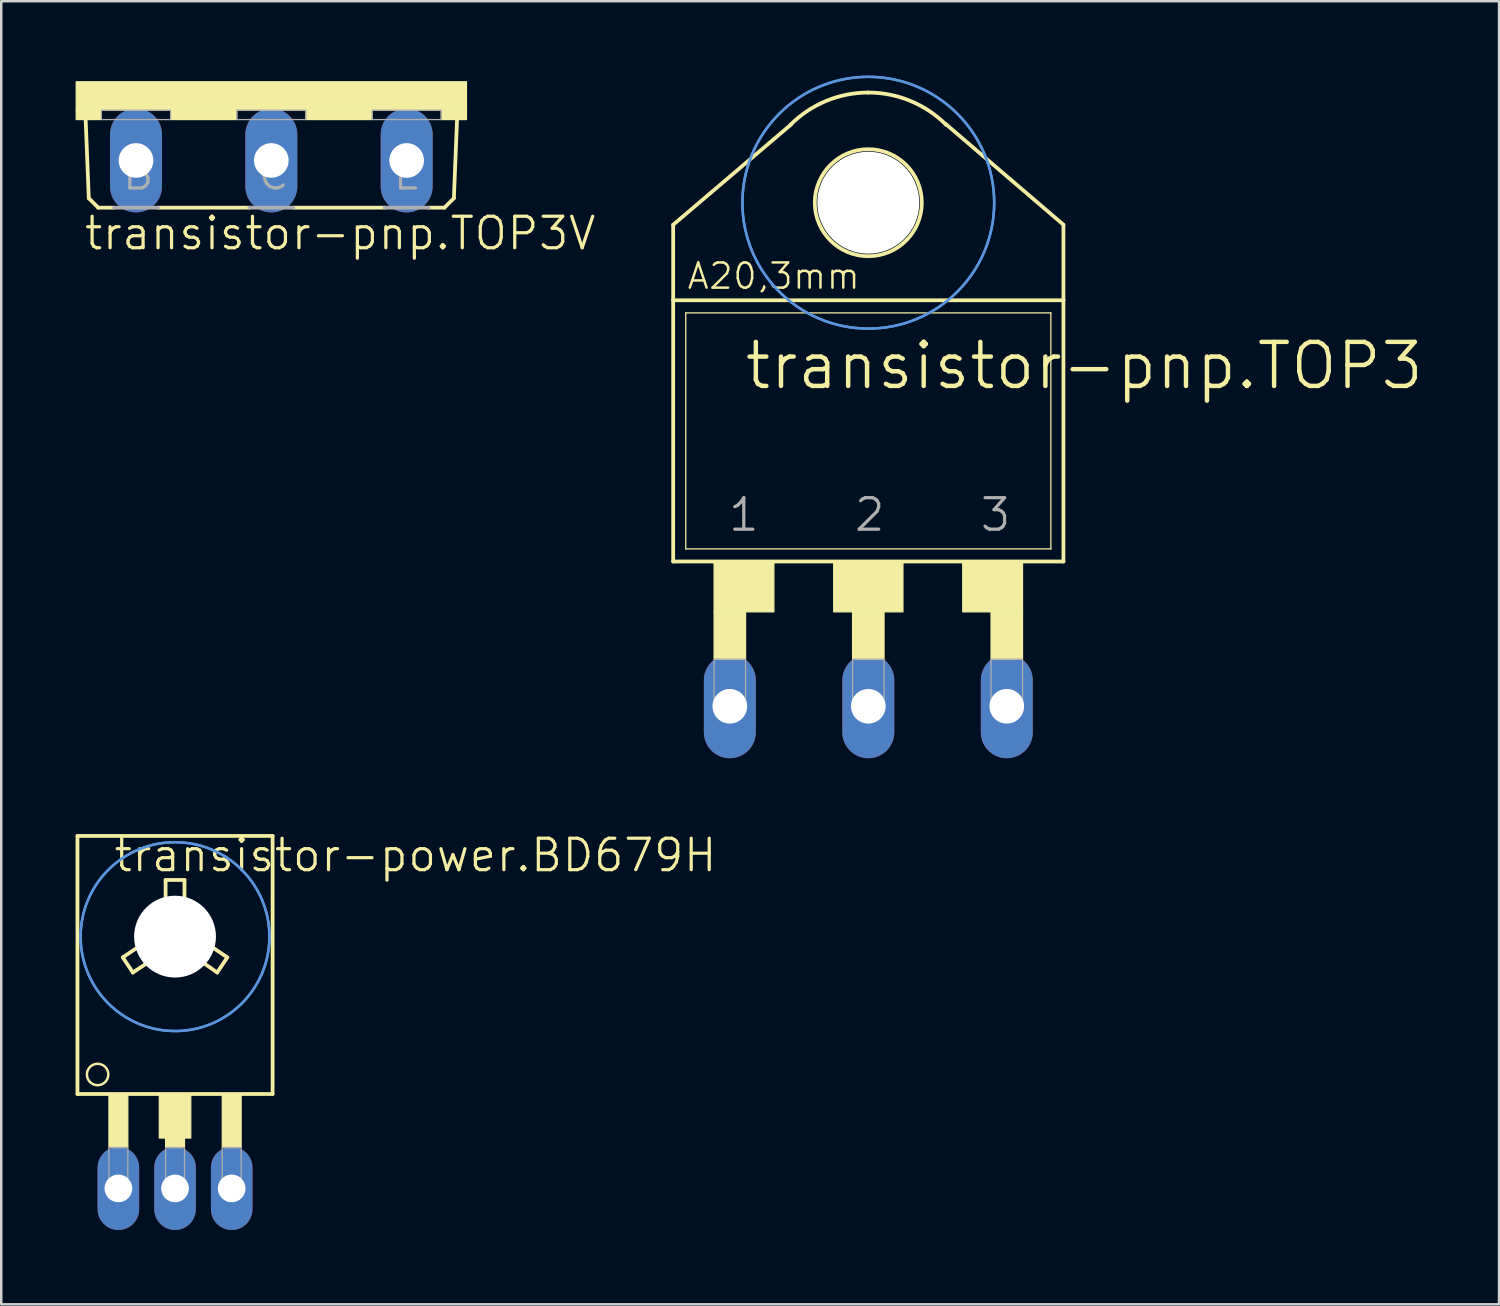
<source format=kicad_pcb>
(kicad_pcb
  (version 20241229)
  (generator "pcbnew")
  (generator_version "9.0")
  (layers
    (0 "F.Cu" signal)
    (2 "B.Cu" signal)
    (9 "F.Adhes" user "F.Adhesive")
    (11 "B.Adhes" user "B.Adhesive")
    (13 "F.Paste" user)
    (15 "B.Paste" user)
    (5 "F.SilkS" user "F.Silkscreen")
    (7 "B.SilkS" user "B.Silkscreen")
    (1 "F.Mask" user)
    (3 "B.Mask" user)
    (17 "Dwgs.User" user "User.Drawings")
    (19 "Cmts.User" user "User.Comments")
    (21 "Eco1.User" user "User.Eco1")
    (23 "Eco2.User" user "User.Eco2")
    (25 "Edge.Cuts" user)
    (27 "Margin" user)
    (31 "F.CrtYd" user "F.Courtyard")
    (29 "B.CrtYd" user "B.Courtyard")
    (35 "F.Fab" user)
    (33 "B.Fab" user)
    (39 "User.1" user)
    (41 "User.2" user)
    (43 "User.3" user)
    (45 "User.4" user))
  (footprint "transistor-pnp.TOP3"
    (layer "F.Cu")
    (at 31.988 17.83)
    (property "Reference" "transistor-pnp.TOP3" (at -5.08 -5.08 0) (layer "F.SilkS") (effects (font (size 1.778 1.778) (thickness 0.18)) (justify left bottom)))
    (attr through_hole)
    (fp_line (start -7.874 -11.811) (end -3.124 -15.85) (stroke (width 0.152) (type default)) (layer "F.SilkS"))
    (fp_line (start -7.874 -8.763) (end -7.874 -11.811) (stroke (width 0.152) (type default)) (layer "F.SilkS"))
    (fp_line (start -7.874 1.778) (end -7.874 -8.763) (stroke (width 0.152) (type default)) (layer "F.SilkS"))
    (fp_line (start -7.874 1.778) (end 7.874 1.778) (stroke (width 0.152) (type default)) (layer "F.SilkS"))
    (fp_line (start -7.366 1.27) (end -7.366 -8.255) (stroke (width 0.051) (type default)) (layer "F.SilkS"))
    (fp_line (start -7.366 1.27) (end 7.366 1.27) (stroke (width 0.051) (type default)) (layer "F.SilkS"))
    (fp_line (start 7.366 -8.255) (end -7.366 -8.255) (stroke (width 0.051) (type default)) (layer "F.SilkS"))
    (fp_line (start 7.366 -8.255) (end 7.366 1.27) (stroke (width 0.051) (type default)) (layer "F.SilkS"))
    (fp_line (start 7.874 -11.811) (end 3.124 -15.875) (stroke (width 0.152) (type default)) (layer "F.SilkS"))
    (fp_line (start 7.874 -8.763) (end -7.874 -8.763) (stroke (width 0.152) (type default)) (layer "F.SilkS"))
    (fp_line (start 7.874 -8.763) (end 7.874 -11.811) (stroke (width 0.152) (type default)) (layer "F.SilkS"))
    (fp_line (start 7.874 -8.763) (end 7.874 1.778) (stroke (width 0.152) (type default)) (layer "F.SilkS"))
    (fp_rect (start -6.223 3.81) (end -3.81 1.778) (stroke (width 0.05) (type default)) (fill yes) (layer "F.SilkS"))
    (fp_rect (start -6.223 5.715) (end -4.953 3.81) (stroke (width 0.05) (type default)) (fill yes) (layer "F.SilkS"))
    (fp_rect (start -1.397 3.81) (end 1.397 1.778) (stroke (width 0.05) (type default)) (fill yes) (layer "F.SilkS"))
    (fp_rect (start -0.635 5.715) (end 0.635 3.81) (stroke (width 0.05) (type default)) (fill yes) (layer "F.SilkS"))
    (fp_rect (start 3.81 3.81) (end 6.223 1.778) (stroke (width 0.05) (type default)) (fill yes) (layer "F.SilkS"))
    (fp_rect (start 4.953 5.715) (end 6.223 3.81) (stroke (width 0.05) (type default)) (fill yes) (layer "F.SilkS"))
    (fp_arc (start -3.1431 -15.8431) (mid -1.701032 -16.806651) (end 0 -17.145) (stroke (width 0.1524) (type default)) (layer "F.SilkS"))
    (fp_arc (start 0 -17.145) (mid 1.701032 -16.806651) (end 3.1431 -15.8431) (stroke (width 0.1524) (type default)) (layer "F.SilkS"))
    (fp_circle (center 0 -12.7) (end 2.159 -12.7) (stroke (width 0.152) (type default)) (fill no) (layer "F.SilkS"))
    (fp_circle (center 0 -12.7) (end 5.08 -12.7) (stroke (width 0.1) (type default)) (fill no) (layer "Cmts.User"))
    (fp_circle (center 0 -12.7) (end 5.08 -12.7) (stroke (width 0.1) (type default)) (fill no) (layer "Cmts.User"))
    (fp_rect (start -6.223 7.62) (end -4.953 5.715) (stroke (width 0.05) (type default)) (fill no) (layer "F.Fab"))
    (fp_rect (start -0.635 7.62) (end 0.635 5.715) (stroke (width 0.05) (type default)) (fill no) (layer "F.Fab"))
    (fp_rect (start 4.953 7.62) (end 6.223 5.715) (stroke (width 0.05) (type default)) (fill no) (layer "F.Fab"))
    (fp_text user "A20,3mm" (at -7.366 -9.144 0) (layer "F.SilkS") (effects (font (size 1.016 1.016) (thickness 0.1)) (justify left bottom)))
    (fp_text user "3" (at 4.445 0.635 0) (layer "F.Fab") (effects (font (size 1.27 1.27) (thickness 0.13)) (justify left bottom)))
    (fp_text user "2" (at -0.635 0.635 0) (layer "F.Fab") (effects (font (size 1.27 1.27) (thickness 0.13)) (justify left bottom)))
    (fp_text user "1" (at -5.715 0.635 0) (layer "F.Fab") (effects (font (size 1.27 1.27) (thickness 0.13)) (justify left bottom)))
    (pad "" np_thru_hole circle (at 0 -12.7) (size 4.115 4.115) (drill 4.115) (layers "*.Cu" "*.Mask"))
    (pad "1" thru_hole oval (at -5.588 7.62 90) (size 4.191 2.095) (drill 1.397) (layers "*.Cu" "*.Mask"))
    (pad "2" thru_hole oval (at 0 7.62 90) (size 4.191 2.095) (drill 1.397) (layers "*.Cu" "*.Mask"))
    (pad "3" thru_hole oval (at 5.588 7.62 90) (size 4.191 2.095) (drill 1.397) (layers "*.Cu" "*.Mask")))
  (footprint "transistor-power.BD679H"
    (layer "F.Cu")
    (at 4.013 39.825)
    (property "Reference" "transistor-power.BD679H" (at -2.54 -7.62 0) (layer "F.SilkS") (effects (font (size 1.27 1.27) (thickness 0.13)) (justify left bottom)))
    (attr through_hole)
    (fp_line (start -3.937 -9.144) (end 3.937 -9.144) (stroke (width 0.152) (type default)) (layer "F.SilkS"))
    (fp_line (start -3.937 1.27) (end -3.937 -9.144) (stroke (width 0.152) (type default)) (layer "F.SilkS"))
    (fp_line (start -3.937 1.27) (end 3.937 1.27) (stroke (width 0.152) (type default)) (layer "F.SilkS"))
    (fp_line (start -2.108 -4.242) (end -1.702 -3.632) (stroke (width 0.152) (type default)) (layer "F.SilkS"))
    (fp_line (start -1.702 -3.632) (end -1.092 -4.039) (stroke (width 0.152) (type default)) (layer "F.SilkS"))
    (fp_line (start -1.524 -5.207) (end -1.473 -5.461) (stroke (width 0.152) (type default)) (layer "F.SilkS"))
    (fp_line (start -1.524 -4.978) (end -1.524 -5.207) (stroke (width 0.152) (type default)) (layer "F.SilkS"))
    (fp_line (start -1.473 -5.461) (end -1.372 -5.74) (stroke (width 0.152) (type default)) (layer "F.SilkS"))
    (fp_line (start -1.473 -4.674) (end -2.108 -4.242) (stroke (width 0.152) (type default)) (layer "F.SilkS"))
    (fp_line (start -1.473 -4.674) (end -1.524 -4.978) (stroke (width 0.152) (type default)) (layer "F.SilkS"))
    (fp_line (start -1.372 -5.74) (end -1.194 -6.02) (stroke (width 0.152) (type default)) (layer "F.SilkS"))
    (fp_line (start -1.194 -6.02) (end -0.914 -6.299) (stroke (width 0.152) (type default)) (layer "F.SilkS"))
    (fp_line (start -0.914 -6.299) (end -0.584 -6.502) (stroke (width 0.152) (type default)) (layer "F.SilkS"))
    (fp_line (start -0.864 -3.835) (end -1.092 -4.039) (stroke (width 0.152) (type default)) (layer "F.SilkS"))
    (fp_line (start -0.66 -3.708) (end -0.864 -3.835) (stroke (width 0.152) (type default)) (layer "F.SilkS"))
    (fp_line (start -0.584 -6.502) (end -0.381 -6.553) (stroke (width 0.152) (type default)) (layer "F.SilkS"))
    (fp_line (start -0.406 -3.607) (end -0.66 -3.708) (stroke (width 0.152) (type default)) (layer "F.SilkS"))
    (fp_line (start -0.381 -7.366) (end -0.381 -6.553) (stroke (width 0.152) (type default)) (layer "F.SilkS"))
    (fp_line (start -0.051 -3.556) (end -0.406 -3.607) (stroke (width 0.152) (type default)) (layer "F.SilkS"))
    (fp_line (start 0.254 -3.581) (end -0.051 -3.556) (stroke (width 0.152) (type default)) (layer "F.SilkS"))
    (fp_line (start 0.381 -7.366) (end -0.381 -7.366) (stroke (width 0.152) (type default)) (layer "F.SilkS"))
    (fp_line (start 0.381 -6.553) (end 0.381 -7.366) (stroke (width 0.152) (type default)) (layer "F.SilkS"))
    (fp_line (start 0.381 -6.553) (end 0.508 -6.528) (stroke (width 0.152) (type default)) (layer "F.SilkS"))
    (fp_line (start 0.508 -6.528) (end 0.711 -6.426) (stroke (width 0.152) (type default)) (layer "F.SilkS"))
    (fp_line (start 0.559 -3.658) (end 0.254 -3.581) (stroke (width 0.152) (type default)) (layer "F.SilkS"))
    (fp_line (start 0.711 -6.426) (end 0.914 -6.299) (stroke (width 0.152) (type default)) (layer "F.SilkS"))
    (fp_line (start 0.762 -3.759) (end 0.559 -3.658) (stroke (width 0.152) (type default)) (layer "F.SilkS"))
    (fp_line (start 0.914 -6.299) (end 1.092 -6.147) (stroke (width 0.152) (type default)) (layer "F.SilkS"))
    (fp_line (start 0.914 -3.861) (end 0.762 -3.759) (stroke (width 0.152) (type default)) (layer "F.SilkS"))
    (fp_line (start 1.092 -6.147) (end 1.245 -5.944) (stroke (width 0.152) (type default)) (layer "F.SilkS"))
    (fp_line (start 1.118 -4.039) (end 0.914 -3.861) (stroke (width 0.152) (type default)) (layer "F.SilkS"))
    (fp_line (start 1.245 -5.944) (end 1.372 -5.715) (stroke (width 0.152) (type default)) (layer "F.SilkS"))
    (fp_line (start 1.372 -5.715) (end 1.448 -5.512) (stroke (width 0.152) (type default)) (layer "F.SilkS"))
    (fp_line (start 1.448 -5.512) (end 1.499 -5.232) (stroke (width 0.152) (type default)) (layer "F.SilkS"))
    (fp_line (start 1.473 -4.674) (end 2.108 -4.242) (stroke (width 0.152) (type default)) (layer "F.SilkS"))
    (fp_line (start 1.499 -5.232) (end 1.499 -5.004) (stroke (width 0.152) (type default)) (layer "F.SilkS"))
    (fp_line (start 1.499 -4.978) (end 1.473 -4.674) (stroke (width 0.152) (type default)) (layer "F.SilkS"))
    (fp_line (start 1.702 -3.632) (end 1.118 -4.039) (stroke (width 0.152) (type default)) (layer "F.SilkS"))
    (fp_line (start 2.108 -4.242) (end 1.702 -3.632) (stroke (width 0.152) (type default)) (layer "F.SilkS"))
    (fp_line (start 3.937 -9.144) (end 3.937 1.27) (stroke (width 0.152) (type default)) (layer "F.SilkS"))
    (fp_rect (start -2.667 3.429) (end -1.905 1.27) (stroke (width 0.05) (type default)) (fill yes) (layer "F.SilkS"))
    (fp_rect (start -0.635 3.048) (end 0.635 1.27) (stroke (width 0.05) (type default)) (fill yes) (layer "F.SilkS"))
    (fp_rect (start -0.381 3.429) (end 0.381 1.27) (stroke (width 0.05) (type default)) (fill yes) (layer "F.SilkS"))
    (fp_rect (start 1.905 3.429) (end 2.667 1.27) (stroke (width 0.05) (type default)) (fill yes) (layer "F.SilkS"))
    (fp_circle (center -3.124 0.483) (end -2.692 0.483) (stroke (width 0.1) (type default)) (fill no) (layer "F.SilkS"))
    (fp_circle (center 0 -5.08) (end 1.448 -5.08) (stroke (width 0.152) (type default)) (fill no) (layer "F.SilkS"))
    (fp_circle (center 0 -5.08) (end 3.81 -5.08) (stroke (width 0.1) (type default)) (fill no) (layer "Cmts.User"))
    (fp_circle (center 0 -5.08) (end 3.81 -5.08) (stroke (width 0.1) (type default)) (fill no) (layer "Cmts.User"))
    (fp_rect (start -2.667 5.207) (end -1.905 3.429) (stroke (width 0.05) (type default)) (fill no) (layer "F.Fab"))
    (fp_rect (start -0.381 5.207) (end 0.381 3.429) (stroke (width 0.05) (type default)) (fill no) (layer "F.Fab"))
    (fp_rect (start 1.905 5.207) (end 2.667 3.429) (stroke (width 0.05) (type default)) (fill no) (layer "F.Fab"))
    (pad "" np_thru_hole circle (at 0 -5.08) (size 3.302 3.302) (drill 3.302) (layers "*.Cu" "*.Mask"))
    (pad "B" thru_hole oval (at 2.286 5.08 90) (size 3.353 1.676) (drill 1.118) (layers "*.Cu" "*.Mask"))
    (pad "C" thru_hole oval (at 0 5.08 90) (size 3.353 1.676) (drill 1.118) (layers "*.Cu" "*.Mask"))
    (pad "E" thru_hole oval (at -2.286 5.08 90) (size 3.353 1.676) (drill 1.118) (layers "*.Cu" "*.Mask")))
  (footprint "transistor-pnp.TOP3V"
    (layer "F.Cu")
    (at 7.899 0.25)
    (property "Reference" "transistor-pnp.TOP3V" (at -7.62 6.858 0) (layer "F.SilkS") (effects (font (size 1.27 1.27) (thickness 0.13)) (justify left bottom)))
    (attr through_hole)
    (fp_line (start -7.366 4.699) (end -7.493 1.524) (stroke (width 0.152) (type default)) (layer "F.SilkS"))
    (fp_line (start -6.985 5.08) (end -7.366 4.699) (stroke (width 0.152) (type default)) (layer "F.SilkS"))
    (fp_line (start -6.35 5.08) (end -6.985 5.08) (stroke (width 0.152) (type default)) (layer "F.SilkS"))
    (fp_line (start -0.889 5.08) (end -4.572 5.08) (stroke (width 0.152) (type default)) (layer "F.SilkS"))
    (fp_line (start 4.572 5.08) (end 0.889 5.08) (stroke (width 0.152) (type default)) (layer "F.SilkS"))
    (fp_line (start 6.985 5.08) (end 6.35 5.08) (stroke (width 0.152) (type default)) (layer "F.SilkS"))
    (fp_line (start 6.985 5.08) (end 7.366 4.699) (stroke (width 0.152) (type default)) (layer "F.SilkS"))
    (fp_line (start 7.366 4.699) (end 7.493 1.524) (stroke (width 0.152) (type default)) (layer "F.SilkS"))
    (fp_rect (start -7.874 1.143) (end 7.874 0) (stroke (width 0.05) (type default)) (fill yes) (layer "F.SilkS"))
    (fp_rect (start -7.874 1.524) (end -6.858 1.143) (stroke (width 0.05) (type default)) (fill yes) (layer "F.SilkS"))
    (fp_rect (start -4.064 1.524) (end -1.397 1.143) (stroke (width 0.05) (type default)) (fill yes) (layer "F.SilkS"))
    (fp_rect (start 1.397 1.524) (end 4.064 1.143) (stroke (width 0.05) (type default)) (fill yes) (layer "F.SilkS"))
    (fp_rect (start 6.858 1.524) (end 7.874 1.143) (stroke (width 0.05) (type default)) (fill yes) (layer "F.SilkS"))
    (fp_line (start -4.572 5.08) (end -6.35 5.08) (stroke (width 0.152) (type default)) (layer "F.Fab"))
    (fp_line (start 0.889 5.08) (end -0.889 5.08) (stroke (width 0.152) (type default)) (layer "F.Fab"))
    (fp_line (start 6.35 5.08) (end 4.572 5.08) (stroke (width 0.152) (type default)) (layer "F.Fab"))
    (fp_rect (start -6.858 1.524) (end -4.064 1.143) (stroke (width 0.05) (type default)) (fill no) (layer "F.Fab"))
    (fp_rect (start -1.397 1.524) (end 1.397 1.143) (stroke (width 0.05) (type default)) (fill no) (layer "F.Fab"))
    (fp_rect (start 4.064 1.524) (end 6.858 1.143) (stroke (width 0.05) (type default)) (fill no) (layer "F.Fab"))
    (fp_text user "E" (at 4.826 4.445 0) (layer "F.Fab") (effects (font (size 1.27 1.27) (thickness 0.13)) (justify left bottom)))
    (fp_text user "C" (at -0.635 4.445 0) (layer "F.Fab") (effects (font (size 1.27 1.27) (thickness 0.13)) (justify left bottom)))
    (fp_text user "B" (at -6.096 4.445 0) (layer "F.Fab") (effects (font (size 1.27 1.27) (thickness 0.13)) (justify left bottom)))
    (pad "B" thru_hole oval (at -5.461 3.175 90) (size 4.191 2.095) (drill 1.397) (layers "*.Cu" "*.Mask"))
    (pad "C" thru_hole oval (at 0 3.175 90) (size 4.191 2.095) (drill 1.397) (layers "*.Cu" "*.Mask"))
    (pad "E" thru_hole oval (at 5.461 3.175 90) (size 4.191 2.095) (drill 1.397) (layers "*.Cu" "*.Mask")))
  (gr_rect
    (start -3 -3)
    (end 57.439 49.582)
    (stroke (width 0.1) (type default))
    (fill no)
    (layer "Edge.Cuts")))
</source>
